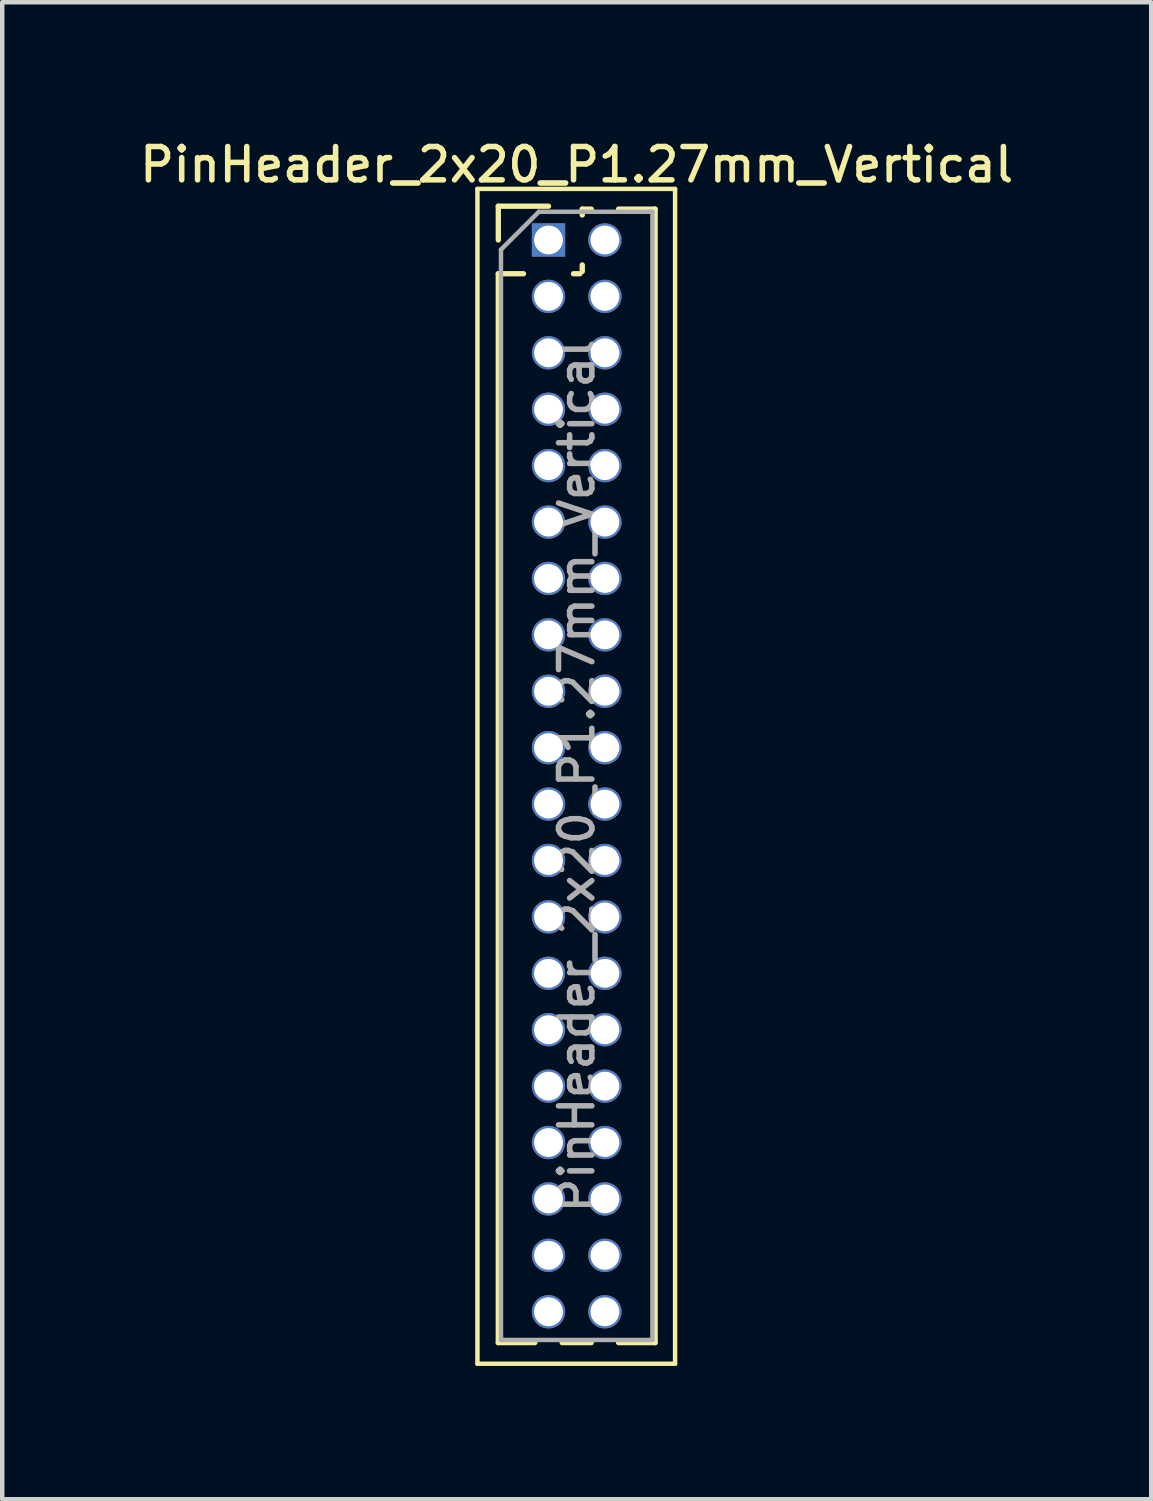
<source format=kicad_pcb>
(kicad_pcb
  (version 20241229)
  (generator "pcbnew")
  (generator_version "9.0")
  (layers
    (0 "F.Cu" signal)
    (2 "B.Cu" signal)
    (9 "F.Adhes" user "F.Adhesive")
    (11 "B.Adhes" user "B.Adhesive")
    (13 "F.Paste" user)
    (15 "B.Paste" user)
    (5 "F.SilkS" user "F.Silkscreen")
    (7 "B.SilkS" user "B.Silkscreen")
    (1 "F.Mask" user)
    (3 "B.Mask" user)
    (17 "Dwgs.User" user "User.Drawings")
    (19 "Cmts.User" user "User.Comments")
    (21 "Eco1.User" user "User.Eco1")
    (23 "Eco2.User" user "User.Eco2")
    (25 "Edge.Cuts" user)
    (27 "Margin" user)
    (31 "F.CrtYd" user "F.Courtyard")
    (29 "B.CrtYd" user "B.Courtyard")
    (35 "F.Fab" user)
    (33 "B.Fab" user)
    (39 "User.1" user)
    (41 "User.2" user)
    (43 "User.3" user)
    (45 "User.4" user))
  (footprint "PinHeader_2x20_P1.27mm_Vertical"
    (layer "F.Cu")
    (at 9.299 2.353)
    (property "Reference" "PinHeader_2x20_P1.27mm_Vertical" (at 0.635 -1.695 0) (layer "F.SilkS") (effects (font (size 0.75 0.75) (thickness 0.125))))
    (attr through_hole)
    (fp_line (start -1.6 -1.15) (end -1.6 25.3) (stroke (width 0.1) (type solid)) (layer "F.SilkS"))
    (fp_line (start -1.6 25.3) (end 2.85 25.3) (stroke (width 0.1) (type solid)) (layer "F.SilkS"))
    (fp_line (start -1.13 -0.76) (end 0 -0.76) (stroke (width 0.12) (type solid)) (layer "F.SilkS"))
    (fp_line (start -1.13 0) (end -1.13 -0.76) (stroke (width 0.12) (type solid)) (layer "F.SilkS"))
    (fp_line (start -1.13 0.76) (end -1.13 24.825) (stroke (width 0.12) (type solid)) (layer "F.SilkS"))
    (fp_line (start -1.13 0.76) (end -0.563 0.76) (stroke (width 0.12) (type solid)) (layer "F.SilkS"))
    (fp_line (start -1.13 24.825) (end -0.308 24.825) (stroke (width 0.12) (type solid)) (layer "F.SilkS"))
    (fp_line (start 0.308 24.825) (end 0.962 24.825) (stroke (width 0.12) (type solid)) (layer "F.SilkS"))
    (fp_line (start 0.563 0.76) (end 0.707 0.76) (stroke (width 0.12) (type solid)) (layer "F.SilkS"))
    (fp_line (start 0.76 -0.695) (end 0.962 -0.695) (stroke (width 0.12) (type solid)) (layer "F.SilkS"))
    (fp_line (start 0.76 -0.563) (end 0.76 -0.695) (stroke (width 0.12) (type solid)) (layer "F.SilkS"))
    (fp_line (start 0.76 0.707) (end 0.76 0.563) (stroke (width 0.12) (type solid)) (layer "F.SilkS"))
    (fp_line (start 1.578 -0.695) (end 2.4 -0.695) (stroke (width 0.12) (type solid)) (layer "F.SilkS"))
    (fp_line (start 1.578 24.825) (end 2.4 24.825) (stroke (width 0.12) (type solid)) (layer "F.SilkS"))
    (fp_line (start 2.4 -0.695) (end 2.4 24.825) (stroke (width 0.12) (type solid)) (layer "F.SilkS"))
    (fp_line (start 2.85 -1.15) (end -1.6 -1.15) (stroke (width 0.1) (type solid)) (layer "F.SilkS"))
    (fp_line (start 2.85 25.3) (end 2.85 -1.15) (stroke (width 0.1) (type solid)) (layer "F.SilkS"))
    (fp_line (start -1.07 0.217) (end -0.217 -0.635) (stroke (width 0.1) (type solid)) (layer "F.Fab"))
    (fp_line (start -1.07 24.765) (end -1.07 0.217) (stroke (width 0.1) (type solid)) (layer "F.Fab"))
    (fp_line (start -0.217 -0.635) (end 2.34 -0.635) (stroke (width 0.1) (type solid)) (layer "F.Fab"))
    (fp_line (start 2.34 -0.635) (end 2.34 24.765) (stroke (width 0.1) (type solid)) (layer "F.Fab"))
    (fp_line (start 2.34 24.765) (end -1.07 24.765) (stroke (width 0.1) (type solid)) (layer "F.Fab"))
    (fp_text user "${REFERENCE}" (at 0.635 12.065 90) (layer "F.Fab") (effects (font (size 0.75 0.75) (thickness 0.125))))
    (pad "1" thru_hole rect (at 0 0) (size 0.75 0.75) (drill 0.65) (layers "*.Cu" "*.Mask"))
    (pad "2" thru_hole oval (at 1.27 0) (size 0.75 0.75) (drill 0.65) (layers "*.Cu" "*.Mask"))
    (pad "3" thru_hole oval (at 0 1.27) (size 0.75 0.75) (drill 0.65) (layers "*.Cu" "*.Mask"))
    (pad "4" thru_hole oval (at 1.27 1.27) (size 0.75 0.75) (drill 0.65) (layers "*.Cu" "*.Mask"))
    (pad "5" thru_hole oval (at 0 2.54) (size 0.75 0.75) (drill 0.65) (layers "*.Cu" "*.Mask"))
    (pad "6" thru_hole oval (at 1.27 2.54) (size 0.75 0.75) (drill 0.65) (layers "*.Cu" "*.Mask"))
    (pad "7" thru_hole oval (at 0 3.81) (size 0.75 0.75) (drill 0.65) (layers "*.Cu" "*.Mask"))
    (pad "8" thru_hole oval (at 1.27 3.81) (size 0.75 0.75) (drill 0.65) (layers "*.Cu" "*.Mask"))
    (pad "9" thru_hole oval (at 0 5.08) (size 0.75 0.75) (drill 0.65) (layers "*.Cu" "*.Mask"))
    (pad "10" thru_hole oval (at 1.27 5.08) (size 0.75 0.75) (drill 0.65) (layers "*.Cu" "*.Mask"))
    (pad "11" thru_hole oval (at 0 6.35) (size 0.75 0.75) (drill 0.65) (layers "*.Cu" "*.Mask"))
    (pad "12" thru_hole oval (at 1.27 6.35) (size 0.75 0.75) (drill 0.65) (layers "*.Cu" "*.Mask"))
    (pad "13" thru_hole oval (at 0 7.62) (size 0.75 0.75) (drill 0.65) (layers "*.Cu" "*.Mask"))
    (pad "14" thru_hole oval (at 1.27 7.62) (size 0.75 0.75) (drill 0.65) (layers "*.Cu" "*.Mask"))
    (pad "15" thru_hole oval (at 0 8.89) (size 0.75 0.75) (drill 0.65) (layers "*.Cu" "*.Mask"))
    (pad "16" thru_hole oval (at 1.27 8.89) (size 0.75 0.75) (drill 0.65) (layers "*.Cu" "*.Mask"))
    (pad "17" thru_hole oval (at 0 10.16) (size 0.75 0.75) (drill 0.65) (layers "*.Cu" "*.Mask"))
    (pad "18" thru_hole oval (at 1.27 10.16) (size 0.75 0.75) (drill 0.65) (layers "*.Cu" "*.Mask"))
    (pad "19" thru_hole oval (at 0 11.43) (size 0.75 0.75) (drill 0.65) (layers "*.Cu" "*.Mask"))
    (pad "20" thru_hole oval (at 1.27 11.43) (size 0.75 0.75) (drill 0.65) (layers "*.Cu" "*.Mask"))
    (pad "21" thru_hole oval (at 0 12.7) (size 0.75 0.75) (drill 0.65) (layers "*.Cu" "*.Mask"))
    (pad "22" thru_hole oval (at 1.27 12.7) (size 0.75 0.75) (drill 0.65) (layers "*.Cu" "*.Mask"))
    (pad "23" thru_hole oval (at 0 13.97) (size 0.75 0.75) (drill 0.65) (layers "*.Cu" "*.Mask"))
    (pad "24" thru_hole oval (at 1.27 13.97) (size 0.75 0.75) (drill 0.65) (layers "*.Cu" "*.Mask"))
    (pad "25" thru_hole oval (at 0 15.24) (size 0.75 0.75) (drill 0.65) (layers "*.Cu" "*.Mask"))
    (pad "26" thru_hole oval (at 1.27 15.24) (size 0.75 0.75) (drill 0.65) (layers "*.Cu" "*.Mask"))
    (pad "27" thru_hole oval (at 0 16.51) (size 0.75 0.75) (drill 0.65) (layers "*.Cu" "*.Mask"))
    (pad "28" thru_hole oval (at 1.27 16.51) (size 0.75 0.75) (drill 0.65) (layers "*.Cu" "*.Mask"))
    (pad "29" thru_hole oval (at 0 17.78) (size 0.75 0.75) (drill 0.65) (layers "*.Cu" "*.Mask"))
    (pad "30" thru_hole oval (at 1.27 17.78) (size 0.75 0.75) (drill 0.65) (layers "*.Cu" "*.Mask"))
    (pad "31" thru_hole oval (at 0 19.05) (size 0.75 0.75) (drill 0.65) (layers "*.Cu" "*.Mask"))
    (pad "32" thru_hole oval (at 1.27 19.05) (size 0.75 0.75) (drill 0.65) (layers "*.Cu" "*.Mask"))
    (pad "33" thru_hole oval (at 0 20.32) (size 0.75 0.75) (drill 0.65) (layers "*.Cu" "*.Mask"))
    (pad "34" thru_hole oval (at 1.27 20.32) (size 0.75 0.75) (drill 0.65) (layers "*.Cu" "*.Mask"))
    (pad "35" thru_hole oval (at 0 21.59) (size 0.75 0.75) (drill 0.65) (layers "*.Cu" "*.Mask"))
    (pad "36" thru_hole oval (at 1.27 21.59) (size 0.75 0.75) (drill 0.65) (layers "*.Cu" "*.Mask"))
    (pad "37" thru_hole oval (at 0 22.86) (size 0.75 0.75) (drill 0.65) (layers "*.Cu" "*.Mask"))
    (pad "38" thru_hole oval (at 1.27 22.86) (size 0.75 0.75) (drill 0.65) (layers "*.Cu" "*.Mask"))
    (pad "39" thru_hole oval (at 0 24.13) (size 0.75 0.75) (drill 0.65) (layers "*.Cu" "*.Mask"))
    (pad "40" thru_hole oval (at 1.27 24.13) (size 0.75 0.75) (drill 0.65) (layers "*.Cu" "*.Mask")))
  (gr_rect
    (start -3 -3)
    (end 22.868 30.703)
    (stroke (width 0.1) (type default))
    (fill no)
    (layer "Edge.Cuts")))
</source>
